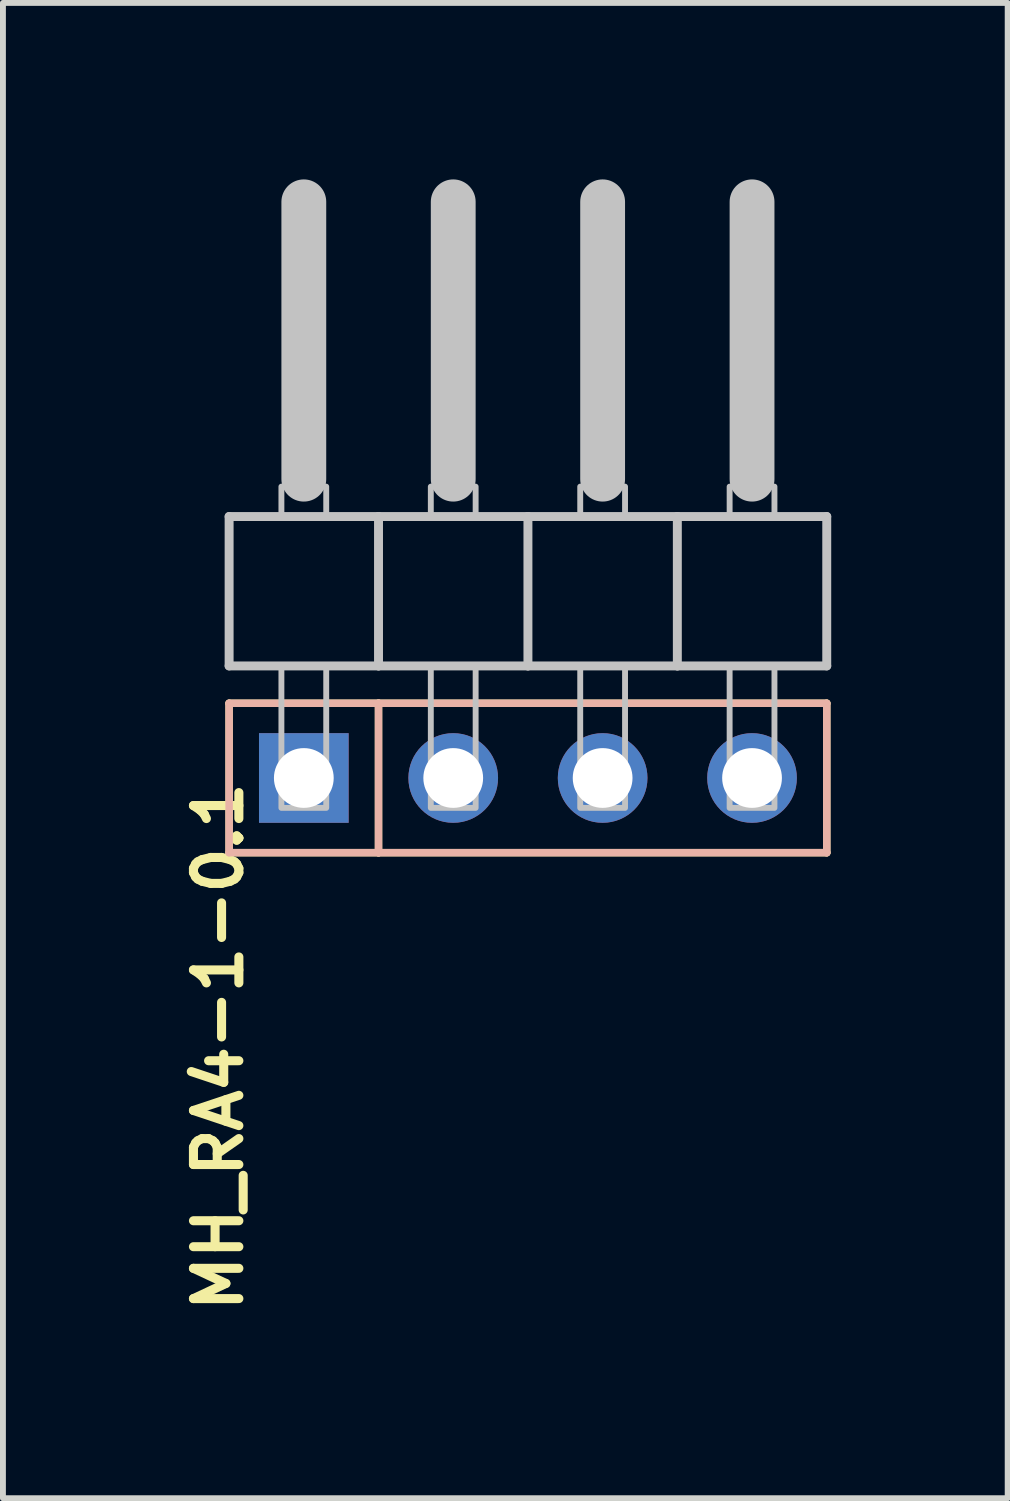
<source format=kicad_pcb>
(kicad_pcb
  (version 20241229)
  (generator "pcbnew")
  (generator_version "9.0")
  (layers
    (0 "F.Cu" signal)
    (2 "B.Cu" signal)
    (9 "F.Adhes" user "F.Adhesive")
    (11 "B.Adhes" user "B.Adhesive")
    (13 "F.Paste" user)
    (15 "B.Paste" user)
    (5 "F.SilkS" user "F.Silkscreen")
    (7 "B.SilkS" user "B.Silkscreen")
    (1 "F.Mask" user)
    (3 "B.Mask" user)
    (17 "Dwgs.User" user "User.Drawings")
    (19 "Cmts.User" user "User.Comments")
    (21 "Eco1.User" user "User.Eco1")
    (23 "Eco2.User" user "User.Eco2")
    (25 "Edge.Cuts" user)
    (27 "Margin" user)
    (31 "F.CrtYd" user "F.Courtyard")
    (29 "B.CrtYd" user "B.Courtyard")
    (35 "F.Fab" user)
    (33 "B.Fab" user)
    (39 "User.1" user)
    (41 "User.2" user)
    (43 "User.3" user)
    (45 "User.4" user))
  (footprint "MH_RA4-1-0.1"
    (layer "F.Cu")
    (at 5.925 6.366)
    (property "Reference" "MH_RA4-1-0.1" (at -5.715 3.81 90) (layer "F.SilkS") (effects (font (size 0.772 0.772) (thickness 0.154)) (justify right top)))
    (attr through_hole)
    (fp_line (start -5.08 2.54) (end -2.54 2.54) (stroke (width 0.127) (type solid)) (layer "F.SilkS"))
    (fp_line (start -5.08 5.08) (end -5.08 2.54) (stroke (width 0.127) (type solid)) (layer "F.SilkS"))
    (fp_line (start -2.54 2.54) (end -2.54 5.08) (stroke (width 0.127) (type solid)) (layer "F.SilkS"))
    (fp_line (start -2.54 2.54) (end 5.08 2.54) (stroke (width 0.127) (type solid)) (layer "F.SilkS"))
    (fp_line (start -2.54 5.08) (end -5.08 5.08) (stroke (width 0.127) (type solid)) (layer "F.SilkS"))
    (fp_line (start 5.08 2.54) (end 5.08 5.08) (stroke (width 0.127) (type solid)) (layer "F.SilkS"))
    (fp_line (start 5.08 5.08) (end -2.54 5.08) (stroke (width 0.127) (type solid)) (layer "F.SilkS"))
    (fp_line (start -5.08 2.54) (end -2.54 2.54) (stroke (width 0.127) (type solid)) (layer "B.SilkS"))
    (fp_line (start -5.08 5.08) (end -5.08 2.54) (stroke (width 0.127) (type solid)) (layer "B.SilkS"))
    (fp_line (start -2.54 2.54) (end -2.54 5.08) (stroke (width 0.127) (type solid)) (layer "B.SilkS"))
    (fp_line (start -2.54 2.54) (end 5.08 2.54) (stroke (width 0.127) (type solid)) (layer "B.SilkS"))
    (fp_line (start -2.54 5.08) (end -5.08 5.08) (stroke (width 0.127) (type solid)) (layer "B.SilkS"))
    (fp_line (start 5.08 2.54) (end 5.08 5.08) (stroke (width 0.127) (type solid)) (layer "B.SilkS"))
    (fp_line (start 5.08 5.08) (end -2.54 5.08) (stroke (width 0.127) (type solid)) (layer "B.SilkS"))
    (fp_line (start -5.08 -0.635) (end -5.08 1.905) (stroke (width 0.152) (type solid)) (layer "Dwgs.User"))
    (fp_line (start -5.08 1.905) (end -2.54 1.905) (stroke (width 0.152) (type solid)) (layer "Dwgs.User"))
    (fp_line (start -3.81 -5.985) (end -3.81 -1.27) (stroke (width 0.762) (type solid)) (layer "Dwgs.User"))
    (fp_line (start -2.54 -0.635) (end -5.08 -0.635) (stroke (width 0.152) (type solid)) (layer "Dwgs.User"))
    (fp_line (start -2.54 1.905) (end -2.54 -0.635) (stroke (width 0.152) (type solid)) (layer "Dwgs.User"))
    (fp_line (start -2.54 1.905) (end 0 1.905) (stroke (width 0.152) (type solid)) (layer "Dwgs.User"))
    (fp_line (start -1.27 -5.985) (end -1.27 -1.27) (stroke (width 0.762) (type solid)) (layer "Dwgs.User"))
    (fp_line (start 0 -0.635) (end -2.54 -0.635) (stroke (width 0.152) (type solid)) (layer "Dwgs.User"))
    (fp_line (start 0 1.905) (end 0 -0.635) (stroke (width 0.152) (type solid)) (layer "Dwgs.User"))
    (fp_line (start 0 1.905) (end 2.54 1.905) (stroke (width 0.152) (type solid)) (layer "Dwgs.User"))
    (fp_line (start 1.27 -5.985) (end 1.27 -1.27) (stroke (width 0.762) (type solid)) (layer "Dwgs.User"))
    (fp_line (start 2.54 -0.635) (end 0 -0.635) (stroke (width 0.152) (type solid)) (layer "Dwgs.User"))
    (fp_line (start 2.54 1.905) (end 2.54 -0.635) (stroke (width 0.152) (type solid)) (layer "Dwgs.User"))
    (fp_line (start 2.54 1.905) (end 5.08 1.905) (stroke (width 0.152) (type solid)) (layer "Dwgs.User"))
    (fp_line (start 3.81 -5.985) (end 3.81 -1.27) (stroke (width 0.762) (type solid)) (layer "Dwgs.User"))
    (fp_line (start 5.08 -0.635) (end 2.54 -0.635) (stroke (width 0.152) (type solid)) (layer "Dwgs.User"))
    (fp_line (start 5.08 1.905) (end 5.08 -0.635) (stroke (width 0.152) (type solid)) (layer "Dwgs.User"))
    (fp_poly (pts (xy -4.191 -0.635) (xy -3.429 -0.635) (xy -3.429 -1.143) (xy -4.191 -1.143)) (stroke (width 0.1) (type solid)) (fill no) (layer "Dwgs.User"))
    (fp_poly (pts (xy -4.191 4.318) (xy -3.429 4.318) (xy -3.429 1.905) (xy -4.191 1.905)) (stroke (width 0.1) (type solid)) (fill no) (layer "Dwgs.User"))
    (fp_poly (pts (xy -1.651 -0.635) (xy -0.889 -0.635) (xy -0.889 -1.143) (xy -1.651 -1.143)) (stroke (width 0.1) (type solid)) (fill no) (layer "Dwgs.User"))
    (fp_poly (pts (xy -1.651 4.318) (xy -0.889 4.318) (xy -0.889 1.905) (xy -1.651 1.905)) (stroke (width 0.1) (type solid)) (fill no) (layer "Dwgs.User"))
    (fp_poly (pts (xy 0.889 -0.635) (xy 1.651 -0.635) (xy 1.651 -1.143) (xy 0.889 -1.143)) (stroke (width 0.1) (type solid)) (fill no) (layer "Dwgs.User"))
    (fp_poly (pts (xy 0.889 4.318) (xy 1.651 4.318) (xy 1.651 1.905) (xy 0.889 1.905)) (stroke (width 0.1) (type solid)) (fill no) (layer "Dwgs.User"))
    (fp_poly (pts (xy 3.429 -0.635) (xy 4.191 -0.635) (xy 4.191 -1.143) (xy 3.429 -1.143)) (stroke (width 0.1) (type solid)) (fill no) (layer "Dwgs.User"))
    (fp_poly (pts (xy 3.429 4.318) (xy 4.191 4.318) (xy 4.191 1.905) (xy 3.429 1.905)) (stroke (width 0.1) (type solid)) (fill no) (layer "Dwgs.User"))
    (pad "1" thru_hole rect (at -3.81 3.81 90) (size 1.524 1.524) (drill 1.016) (layers "*.Cu" "*.Mask"))
    (pad "2" thru_hole circle (at -1.27 3.81 90) (size 1.524 1.524) (drill 1.016) (layers "*.Cu" "*.Mask"))
    (pad "3" thru_hole circle (at 1.27 3.81 90) (size 1.524 1.524) (drill 1.016) (layers "*.Cu" "*.Mask"))
    (pad "4" thru_hole circle (at 3.81 3.81 90) (size 1.524 1.524) (drill 1.016) (layers "*.Cu" "*.Mask")))
  (gr_rect
    (start -3 -3)
    (end 14.081 22.42)
    (stroke (width 0.1) (type default))
    (fill no)
    (layer "Edge.Cuts")))
</source>
